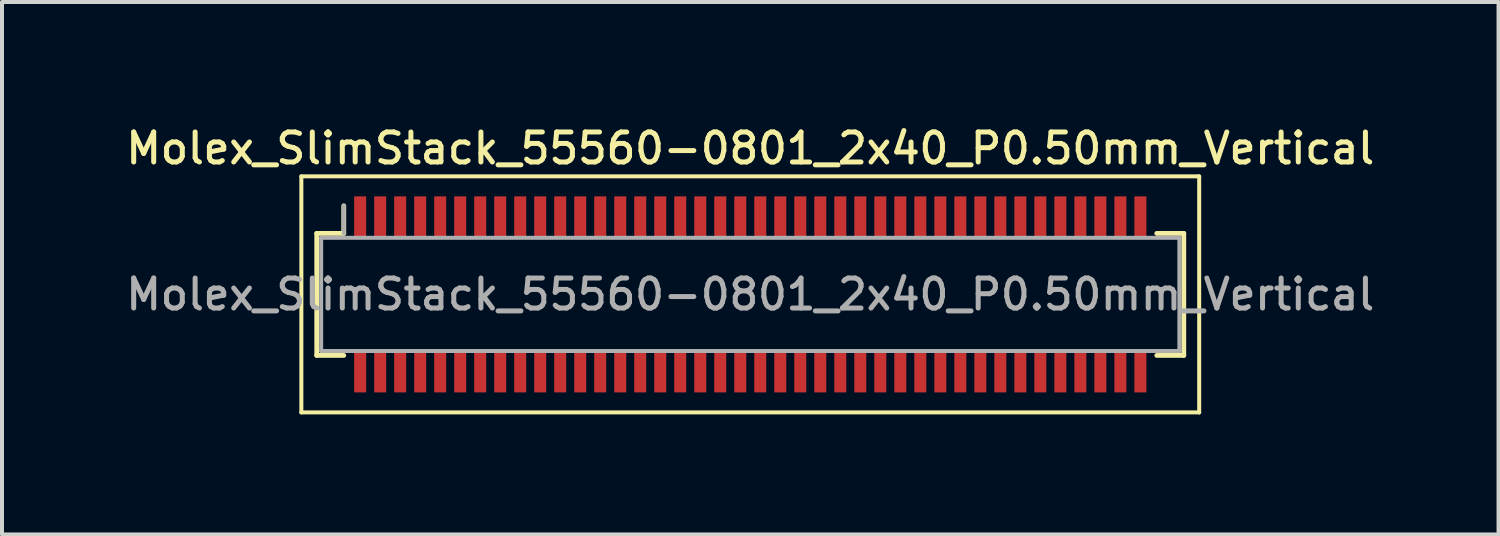
<source format=kicad_pcb>
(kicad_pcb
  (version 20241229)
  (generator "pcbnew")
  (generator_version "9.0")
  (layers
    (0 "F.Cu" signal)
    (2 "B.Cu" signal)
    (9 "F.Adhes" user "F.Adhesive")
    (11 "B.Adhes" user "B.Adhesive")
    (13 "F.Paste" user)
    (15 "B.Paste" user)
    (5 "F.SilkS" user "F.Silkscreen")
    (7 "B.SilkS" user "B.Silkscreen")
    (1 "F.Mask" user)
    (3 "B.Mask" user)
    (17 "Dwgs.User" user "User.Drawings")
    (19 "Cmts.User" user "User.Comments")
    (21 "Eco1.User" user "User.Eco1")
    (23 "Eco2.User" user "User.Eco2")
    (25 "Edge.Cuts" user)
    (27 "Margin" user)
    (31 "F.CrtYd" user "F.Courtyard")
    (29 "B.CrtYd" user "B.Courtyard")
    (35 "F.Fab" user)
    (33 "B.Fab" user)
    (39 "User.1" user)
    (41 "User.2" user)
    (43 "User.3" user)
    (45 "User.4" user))
  (footprint "Molex_SlimStack_55560-0801_2x40_P0.50mm_Vertical"
    (layer "F.Cu")
    (at 15.702 4.308)
    (property "Reference" "Molex_SlimStack_55560-0801_2x40_P0.50mm_Vertical" (at 0 -3.65 0) (layer "F.SilkS") (effects (font (size 0.75 0.75) (thickness 0.125))))
    (attr smd)
    (fp_line (start -11.22 -2.95) (end -11.22 2.95) (stroke (width 0.1) (type solid)) (layer "F.SilkS"))
    (fp_line (start -11.22 2.95) (end 11.22 2.95) (stroke (width 0.1) (type solid)) (layer "F.SilkS"))
    (fp_line (start -10.835 -1.525) (end -10.16 -1.525) (stroke (width 0.12) (type solid)) (layer "F.SilkS"))
    (fp_line (start -10.835 1.525) (end -10.835 -1.525) (stroke (width 0.12) (type solid)) (layer "F.SilkS"))
    (fp_line (start -10.16 -1.525) (end -10.16 -2.215) (stroke (width 0.12) (type solid)) (layer "F.SilkS"))
    (fp_line (start -10.16 1.525) (end -10.835 1.525) (stroke (width 0.12) (type solid)) (layer "F.SilkS"))
    (fp_line (start 10.16 1.525) (end 10.835 1.525) (stroke (width 0.12) (type solid)) (layer "F.SilkS"))
    (fp_line (start 10.835 -1.525) (end 10.16 -1.525) (stroke (width 0.12) (type solid)) (layer "F.SilkS"))
    (fp_line (start 10.835 1.525) (end 10.835 -1.525) (stroke (width 0.12) (type solid)) (layer "F.SilkS"))
    (fp_line (start 11.22 -2.95) (end -11.22 -2.95) (stroke (width 0.1) (type solid)) (layer "F.SilkS"))
    (fp_line (start 11.22 2.95) (end 11.22 -2.95) (stroke (width 0.1) (type solid)) (layer "F.SilkS"))
    (fp_line (start -10.725 -1.415) (end -10.725 1.415) (stroke (width 0.1) (type solid)) (layer "F.Fab"))
    (fp_line (start -10.725 1.415) (end 10.725 1.415) (stroke (width 0.1) (type solid)) (layer "F.Fab"))
    (fp_line (start -10.16 -1.525) (end -10.16 -2.215) (stroke (width 0.1) (type solid)) (layer "F.Fab"))
    (fp_line (start 10.725 -1.415) (end -10.725 -1.415) (stroke (width 0.1) (type solid)) (layer "F.Fab"))
    (fp_line (start 10.725 1.415) (end 10.725 -1.415) (stroke (width 0.1) (type solid)) (layer "F.Fab"))
    (fp_text user "${REFERENCE}" (at 0 0 0) (layer "F.Fab") (effects (font (size 0.75 0.75) (thickness 0.125))))
    (pad "1" smd rect (at -9.75 -1.95) (size 0.3 1) (layers "F.Cu" "F.Mask" "F.Paste"))
    (pad "2" smd rect (at -9.75 1.95) (size 0.3 1) (layers "F.Cu" "F.Mask" "F.Paste"))
    (pad "3" smd rect (at -9.25 -1.95) (size 0.3 1) (layers "F.Cu" "F.Mask" "F.Paste"))
    (pad "4" smd rect (at -9.25 1.95) (size 0.3 1) (layers "F.Cu" "F.Mask" "F.Paste"))
    (pad "5" smd rect (at -8.75 -1.95) (size 0.3 1) (layers "F.Cu" "F.Mask" "F.Paste"))
    (pad "6" smd rect (at -8.75 1.95) (size 0.3 1) (layers "F.Cu" "F.Mask" "F.Paste"))
    (pad "7" smd rect (at -8.25 -1.95) (size 0.3 1) (layers "F.Cu" "F.Mask" "F.Paste"))
    (pad "8" smd rect (at -8.25 1.95) (size 0.3 1) (layers "F.Cu" "F.Mask" "F.Paste"))
    (pad "9" smd rect (at -7.75 -1.95) (size 0.3 1) (layers "F.Cu" "F.Mask" "F.Paste"))
    (pad "10" smd rect (at -7.75 1.95) (size 0.3 1) (layers "F.Cu" "F.Mask" "F.Paste"))
    (pad "11" smd rect (at -7.25 -1.95) (size 0.3 1) (layers "F.Cu" "F.Mask" "F.Paste"))
    (pad "12" smd rect (at -7.25 1.95) (size 0.3 1) (layers "F.Cu" "F.Mask" "F.Paste"))
    (pad "13" smd rect (at -6.75 -1.95) (size 0.3 1) (layers "F.Cu" "F.Mask" "F.Paste"))
    (pad "14" smd rect (at -6.75 1.95) (size 0.3 1) (layers "F.Cu" "F.Mask" "F.Paste"))
    (pad "15" smd rect (at -6.25 -1.95) (size 0.3 1) (layers "F.Cu" "F.Mask" "F.Paste"))
    (pad "16" smd rect (at -6.25 1.95) (size 0.3 1) (layers "F.Cu" "F.Mask" "F.Paste"))
    (pad "17" smd rect (at -5.75 -1.95) (size 0.3 1) (layers "F.Cu" "F.Mask" "F.Paste"))
    (pad "18" smd rect (at -5.75 1.95) (size 0.3 1) (layers "F.Cu" "F.Mask" "F.Paste"))
    (pad "19" smd rect (at -5.25 -1.95) (size 0.3 1) (layers "F.Cu" "F.Mask" "F.Paste"))
    (pad "20" smd rect (at -5.25 1.95) (size 0.3 1) (layers "F.Cu" "F.Mask" "F.Paste"))
    (pad "21" smd rect (at -4.75 -1.95) (size 0.3 1) (layers "F.Cu" "F.Mask" "F.Paste"))
    (pad "22" smd rect (at -4.75 1.95) (size 0.3 1) (layers "F.Cu" "F.Mask" "F.Paste"))
    (pad "23" smd rect (at -4.25 -1.95) (size 0.3 1) (layers "F.Cu" "F.Mask" "F.Paste"))
    (pad "24" smd rect (at -4.25 1.95) (size 0.3 1) (layers "F.Cu" "F.Mask" "F.Paste"))
    (pad "25" smd rect (at -3.75 -1.95) (size 0.3 1) (layers "F.Cu" "F.Mask" "F.Paste"))
    (pad "26" smd rect (at -3.75 1.95) (size 0.3 1) (layers "F.Cu" "F.Mask" "F.Paste"))
    (pad "27" smd rect (at -3.25 -1.95) (size 0.3 1) (layers "F.Cu" "F.Mask" "F.Paste"))
    (pad "28" smd rect (at -3.25 1.95) (size 0.3 1) (layers "F.Cu" "F.Mask" "F.Paste"))
    (pad "29" smd rect (at -2.75 -1.95) (size 0.3 1) (layers "F.Cu" "F.Mask" "F.Paste"))
    (pad "30" smd rect (at -2.75 1.95) (size 0.3 1) (layers "F.Cu" "F.Mask" "F.Paste"))
    (pad "31" smd rect (at -2.25 -1.95) (size 0.3 1) (layers "F.Cu" "F.Mask" "F.Paste"))
    (pad "32" smd rect (at -2.25 1.95) (size 0.3 1) (layers "F.Cu" "F.Mask" "F.Paste"))
    (pad "33" smd rect (at -1.75 -1.95) (size 0.3 1) (layers "F.Cu" "F.Mask" "F.Paste"))
    (pad "34" smd rect (at -1.75 1.95) (size 0.3 1) (layers "F.Cu" "F.Mask" "F.Paste"))
    (pad "35" smd rect (at -1.25 -1.95) (size 0.3 1) (layers "F.Cu" "F.Mask" "F.Paste"))
    (pad "36" smd rect (at -1.25 1.95) (size 0.3 1) (layers "F.Cu" "F.Mask" "F.Paste"))
    (pad "37" smd rect (at -0.75 -1.95) (size 0.3 1) (layers "F.Cu" "F.Mask" "F.Paste"))
    (pad "38" smd rect (at -0.75 1.95) (size 0.3 1) (layers "F.Cu" "F.Mask" "F.Paste"))
    (pad "39" smd rect (at -0.25 -1.95) (size 0.3 1) (layers "F.Cu" "F.Mask" "F.Paste"))
    (pad "40" smd rect (at -0.25 1.95) (size 0.3 1) (layers "F.Cu" "F.Mask" "F.Paste"))
    (pad "41" smd rect (at 0.25 -1.95) (size 0.3 1) (layers "F.Cu" "F.Mask" "F.Paste"))
    (pad "42" smd rect (at 0.25 1.95) (size 0.3 1) (layers "F.Cu" "F.Mask" "F.Paste"))
    (pad "43" smd rect (at 0.75 -1.95) (size 0.3 1) (layers "F.Cu" "F.Mask" "F.Paste"))
    (pad "44" smd rect (at 0.75 1.95) (size 0.3 1) (layers "F.Cu" "F.Mask" "F.Paste"))
    (pad "45" smd rect (at 1.25 -1.95) (size 0.3 1) (layers "F.Cu" "F.Mask" "F.Paste"))
    (pad "46" smd rect (at 1.25 1.95) (size 0.3 1) (layers "F.Cu" "F.Mask" "F.Paste"))
    (pad "47" smd rect (at 1.75 -1.95) (size 0.3 1) (layers "F.Cu" "F.Mask" "F.Paste"))
    (pad "48" smd rect (at 1.75 1.95) (size 0.3 1) (layers "F.Cu" "F.Mask" "F.Paste"))
    (pad "49" smd rect (at 2.25 -1.95) (size 0.3 1) (layers "F.Cu" "F.Mask" "F.Paste"))
    (pad "50" smd rect (at 2.25 1.95) (size 0.3 1) (layers "F.Cu" "F.Mask" "F.Paste"))
    (pad "51" smd rect (at 2.75 -1.95) (size 0.3 1) (layers "F.Cu" "F.Mask" "F.Paste"))
    (pad "52" smd rect (at 2.75 1.95) (size 0.3 1) (layers "F.Cu" "F.Mask" "F.Paste"))
    (pad "53" smd rect (at 3.25 -1.95) (size 0.3 1) (layers "F.Cu" "F.Mask" "F.Paste"))
    (pad "54" smd rect (at 3.25 1.95) (size 0.3 1) (layers "F.Cu" "F.Mask" "F.Paste"))
    (pad "55" smd rect (at 3.75 -1.95) (size 0.3 1) (layers "F.Cu" "F.Mask" "F.Paste"))
    (pad "56" smd rect (at 3.75 1.95) (size 0.3 1) (layers "F.Cu" "F.Mask" "F.Paste"))
    (pad "57" smd rect (at 4.25 -1.95) (size 0.3 1) (layers "F.Cu" "F.Mask" "F.Paste"))
    (pad "58" smd rect (at 4.25 1.95) (size 0.3 1) (layers "F.Cu" "F.Mask" "F.Paste"))
    (pad "59" smd rect (at 4.75 -1.95) (size 0.3 1) (layers "F.Cu" "F.Mask" "F.Paste"))
    (pad "60" smd rect (at 4.75 1.95) (size 0.3 1) (layers "F.Cu" "F.Mask" "F.Paste"))
    (pad "61" smd rect (at 5.25 -1.95) (size 0.3 1) (layers "F.Cu" "F.Mask" "F.Paste"))
    (pad "62" smd rect (at 5.25 1.95) (size 0.3 1) (layers "F.Cu" "F.Mask" "F.Paste"))
    (pad "63" smd rect (at 5.75 -1.95) (size 0.3 1) (layers "F.Cu" "F.Mask" "F.Paste"))
    (pad "64" smd rect (at 5.75 1.95) (size 0.3 1) (layers "F.Cu" "F.Mask" "F.Paste"))
    (pad "65" smd rect (at 6.25 -1.95) (size 0.3 1) (layers "F.Cu" "F.Mask" "F.Paste"))
    (pad "66" smd rect (at 6.25 1.95) (size 0.3 1) (layers "F.Cu" "F.Mask" "F.Paste"))
    (pad "67" smd rect (at 6.75 -1.95) (size 0.3 1) (layers "F.Cu" "F.Mask" "F.Paste"))
    (pad "68" smd rect (at 6.75 1.95) (size 0.3 1) (layers "F.Cu" "F.Mask" "F.Paste"))
    (pad "69" smd rect (at 7.25 -1.95) (size 0.3 1) (layers "F.Cu" "F.Mask" "F.Paste"))
    (pad "70" smd rect (at 7.25 1.95) (size 0.3 1) (layers "F.Cu" "F.Mask" "F.Paste"))
    (pad "71" smd rect (at 7.75 -1.95) (size 0.3 1) (layers "F.Cu" "F.Mask" "F.Paste"))
    (pad "72" smd rect (at 7.75 1.95) (size 0.3 1) (layers "F.Cu" "F.Mask" "F.Paste"))
    (pad "73" smd rect (at 8.25 -1.95) (size 0.3 1) (layers "F.Cu" "F.Mask" "F.Paste"))
    (pad "74" smd rect (at 8.25 1.95) (size 0.3 1) (layers "F.Cu" "F.Mask" "F.Paste"))
    (pad "75" smd rect (at 8.75 -1.95) (size 0.3 1) (layers "F.Cu" "F.Mask" "F.Paste"))
    (pad "76" smd rect (at 8.75 1.95) (size 0.3 1) (layers "F.Cu" "F.Mask" "F.Paste"))
    (pad "77" smd rect (at 9.25 -1.95) (size 0.3 1) (layers "F.Cu" "F.Mask" "F.Paste"))
    (pad "78" smd rect (at 9.25 1.95) (size 0.3 1) (layers "F.Cu" "F.Mask" "F.Paste"))
    (pad "79" smd rect (at 9.75 -1.95) (size 0.3 1) (layers "F.Cu" "F.Mask" "F.Paste"))
    (pad "80" smd rect (at 9.75 1.95) (size 0.3 1) (layers "F.Cu" "F.Mask" "F.Paste")))
  (gr_rect
    (start -3 -3)
    (end 34.404 10.308)
    (stroke (width 0.1) (type default))
    (fill no)
    (layer "Edge.Cuts")))
</source>
